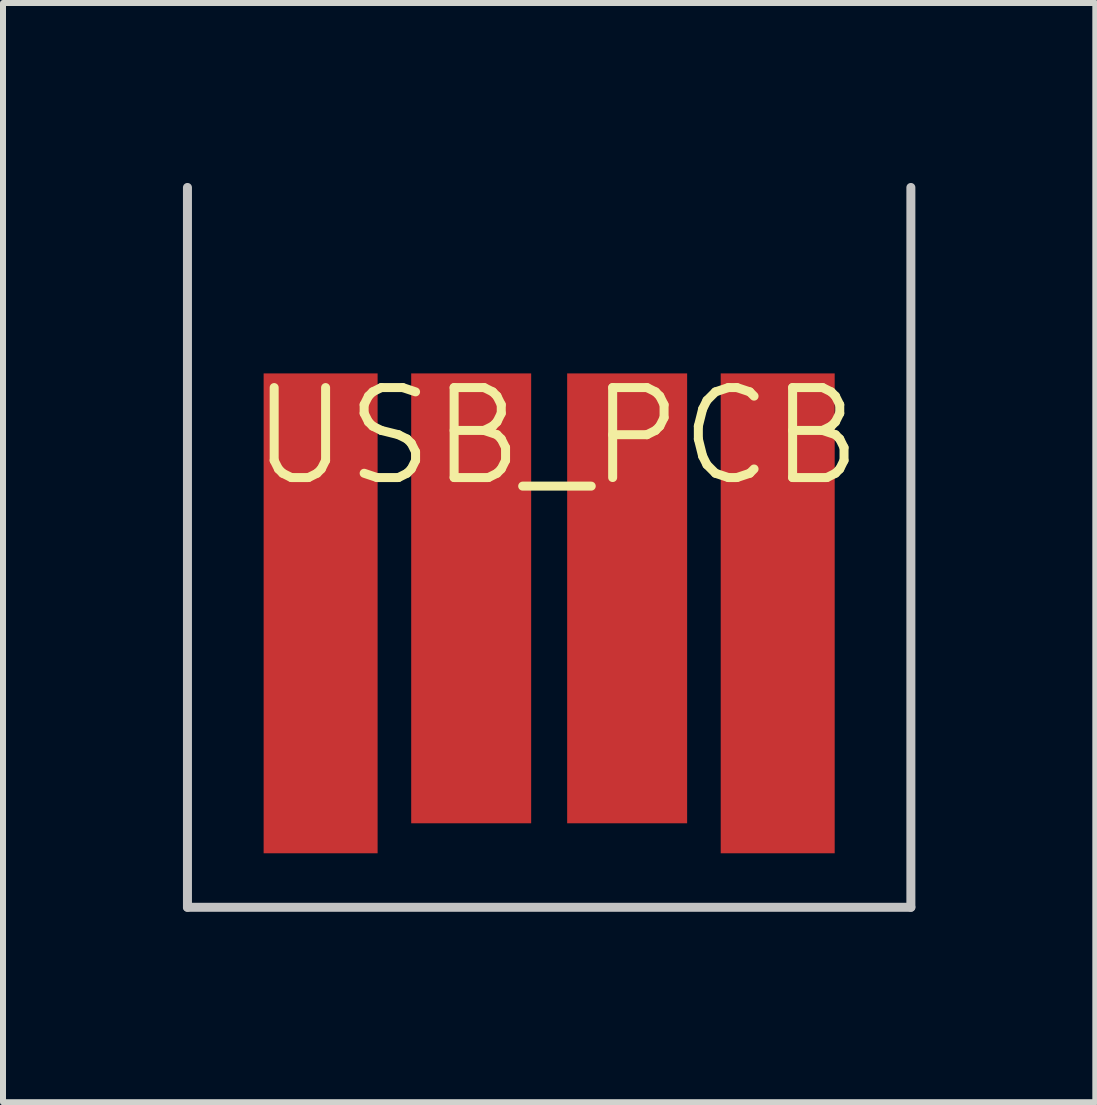
<source format=kicad_pcb>
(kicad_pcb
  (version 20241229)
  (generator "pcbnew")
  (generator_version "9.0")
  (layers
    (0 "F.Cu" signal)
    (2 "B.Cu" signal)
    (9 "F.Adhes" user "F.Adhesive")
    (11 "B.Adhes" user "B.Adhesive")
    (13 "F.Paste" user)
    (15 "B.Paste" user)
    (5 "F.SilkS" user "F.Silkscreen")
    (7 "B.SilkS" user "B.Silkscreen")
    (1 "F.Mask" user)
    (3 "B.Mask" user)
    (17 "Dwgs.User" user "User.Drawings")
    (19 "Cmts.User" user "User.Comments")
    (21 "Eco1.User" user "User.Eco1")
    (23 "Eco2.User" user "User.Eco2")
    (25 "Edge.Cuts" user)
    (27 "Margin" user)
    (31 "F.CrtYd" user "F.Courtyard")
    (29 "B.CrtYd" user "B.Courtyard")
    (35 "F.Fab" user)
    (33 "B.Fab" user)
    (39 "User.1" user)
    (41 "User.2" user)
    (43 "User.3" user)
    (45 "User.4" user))
  (footprint "USB_PCB"
    (layer "F.Cu")
    (at 6.105 12.075)
    (property "Reference" "USB_PCB" (at 0.13 -7.85 180) (layer "F.SilkS") (effects (font (size 1.5 1.5) (thickness 0.15))))
    (attr exclude_from_pos_files exclude_from_bom)
    (fp_line (start -6.03 0) (end -6.03 -12) (stroke (width 0.15) (type solid)) (layer "Dwgs.User"))
    (fp_line (start 6.03 0) (end -6.03 0) (stroke (width 0.15) (type solid)) (layer "Dwgs.User"))
    (fp_line (start 6.03 0) (end 6.03 -12) (stroke (width 0.15) (type solid)) (layer "Dwgs.User"))
    (pad "1" connect rect (at 3.81 -4.9) (size 1.9 8) (layers "F.Cu" "F.Mask"))
    (pad "2" connect rect (at 1.3 -5.15) (size 2 7.5) (layers "F.Cu" "F.Mask"))
    (pad "3" connect rect (at -1.3 -5.15) (size 2 7.5) (layers "F.Cu" "F.Mask"))
    (pad "4" connect rect (at -3.81 -4.9) (size 1.9 8) (layers "F.Cu" "F.Mask")))
  (gr_rect
    (start -3 -3)
    (end 15.21 15.325)
    (stroke (width 0.1) (type default))
    (fill no)
    (layer "Edge.Cuts")))
</source>
